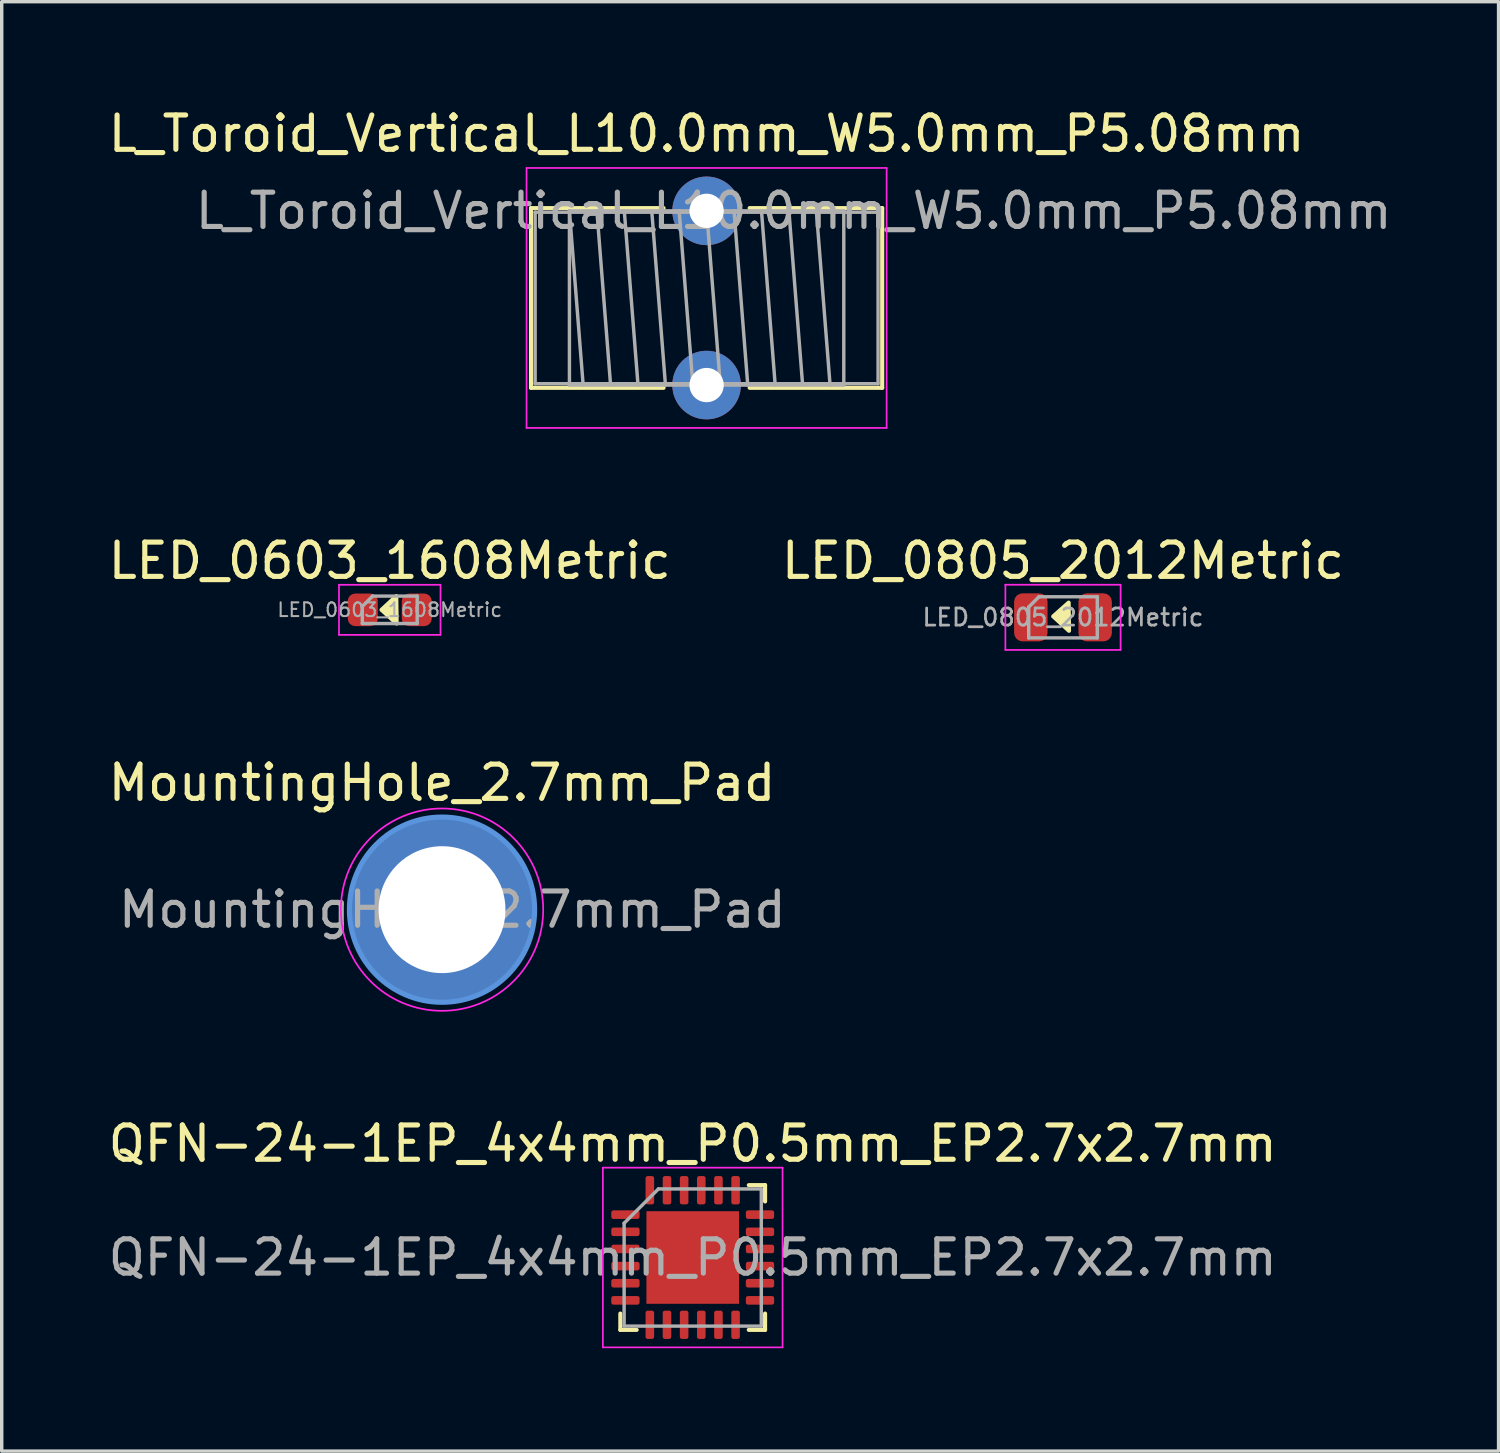
<source format=kicad_pcb>
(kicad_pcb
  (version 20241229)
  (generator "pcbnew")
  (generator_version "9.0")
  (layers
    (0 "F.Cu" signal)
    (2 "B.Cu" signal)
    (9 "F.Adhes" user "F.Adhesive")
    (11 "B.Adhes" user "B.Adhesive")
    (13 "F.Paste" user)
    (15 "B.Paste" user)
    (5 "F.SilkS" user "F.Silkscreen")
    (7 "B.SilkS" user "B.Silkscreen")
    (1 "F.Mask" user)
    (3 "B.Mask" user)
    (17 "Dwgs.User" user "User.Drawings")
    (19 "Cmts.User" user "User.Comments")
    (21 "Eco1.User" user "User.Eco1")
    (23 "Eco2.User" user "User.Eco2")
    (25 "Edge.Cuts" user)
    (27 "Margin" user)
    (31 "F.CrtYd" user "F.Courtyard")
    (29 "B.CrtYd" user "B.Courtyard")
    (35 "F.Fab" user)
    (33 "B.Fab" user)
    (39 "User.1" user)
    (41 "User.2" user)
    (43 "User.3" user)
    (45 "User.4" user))
  (footprint "LED_0805_2012Metric"
    (layer "F.Cu")
    (at 27.946 14.951)
    (property "Reference" "LED_0805_2012Metric" (at 0 -1.65 0) (layer "F.SilkS") (effects (font (size 1 1) (thickness 0.15))))
    (attr smd)
    (fp_poly (pts (xy 0.175 0.392) (xy -0.285 -0.028) (xy 0.165 -0.428)) (stroke (width 0.12) (type solid)) (fill yes) (layer "F.SilkS"))
    (fp_line (start -1.68 -0.95) (end 1.68 -0.95) (stroke (width 0.05) (type solid)) (layer "F.CrtYd"))
    (fp_line (start -1.68 0.95) (end -1.68 -0.95) (stroke (width 0.05) (type solid)) (layer "F.CrtYd"))
    (fp_line (start 1.68 -0.95) (end 1.68 0.95) (stroke (width 0.05) (type solid)) (layer "F.CrtYd"))
    (fp_line (start 1.68 0.95) (end -1.68 0.95) (stroke (width 0.05) (type solid)) (layer "F.CrtYd"))
    (fp_line (start -1 -0.3) (end -1 0.6) (stroke (width 0.1) (type solid)) (layer "F.Fab"))
    (fp_line (start -1 0.6) (end 1 0.6) (stroke (width 0.1) (type solid)) (layer "F.Fab"))
    (fp_line (start -0.7 -0.6) (end -1 -0.3) (stroke (width 0.1) (type solid)) (layer "F.Fab"))
    (fp_line (start 1 -0.6) (end -0.7 -0.6) (stroke (width 0.1) (type solid)) (layer "F.Fab"))
    (fp_line (start 1 0.6) (end 1 -0.6) (stroke (width 0.1) (type solid)) (layer "F.Fab"))
    (fp_text user "${REFERENCE}" (at 0 0 0) (layer "F.Fab") (effects (font (size 0.5 0.5) (thickness 0.08))))
    (pad "1" smd roundrect (at -0.938 0) (size 0.975 1.4) (layers "F.Cu" "F.Mask" "F.Paste") (roundrect_rratio 0.25))
    (pad "2" smd roundrect (at 0.938 0) (size 0.975 1.4) (layers "F.Cu" "F.Mask" "F.Paste") (roundrect_rratio 0.25)))
  (footprint "QFN-24-1EP_4x4mm_P0.5mm_EP2.7x2.7mm"
    (layer "F.Cu")
    (at 17.149 33.618)
    (property "Reference" "QFN-24-1EP_4x4mm_P0.5mm_EP2.7x2.7mm" (at 0 -3.32 0) (layer "F.SilkS") (effects (font (size 1 1) (thickness 0.15))))
    (attr smd)
    (fp_line (start -2.11 2.11) (end -2.11 1.635) (stroke (width 0.12) (type solid)) (layer "F.SilkS"))
    (fp_line (start -1.635 2.11) (end -2.11 2.11) (stroke (width 0.12) (type solid)) (layer "F.SilkS"))
    (fp_line (start 1.635 -2.11) (end 2.11 -2.11) (stroke (width 0.12) (type solid)) (layer "F.SilkS"))
    (fp_line (start 1.635 2.11) (end 2.11 2.11) (stroke (width 0.12) (type solid)) (layer "F.SilkS"))
    (fp_line (start 2.11 -2.11) (end 2.11 -1.635) (stroke (width 0.12) (type solid)) (layer "F.SilkS"))
    (fp_line (start 2.11 2.11) (end 2.11 1.635) (stroke (width 0.12) (type solid)) (layer "F.SilkS"))
    (fp_line (start -2.62 -2.62) (end -2.62 2.62) (stroke (width 0.05) (type solid)) (layer "F.CrtYd"))
    (fp_line (start -2.62 2.62) (end 2.62 2.62) (stroke (width 0.05) (type solid)) (layer "F.CrtYd"))
    (fp_line (start 2.62 -2.62) (end -2.62 -2.62) (stroke (width 0.05) (type solid)) (layer "F.CrtYd"))
    (fp_line (start 2.62 2.62) (end 2.62 -2.62) (stroke (width 0.05) (type solid)) (layer "F.CrtYd"))
    (fp_line (start -2 -1) (end -1 -2) (stroke (width 0.1) (type solid)) (layer "F.Fab"))
    (fp_line (start -2 2) (end -2 -1) (stroke (width 0.1) (type solid)) (layer "F.Fab"))
    (fp_line (start -1 -2) (end 2 -2) (stroke (width 0.1) (type solid)) (layer "F.Fab"))
    (fp_line (start 2 -2) (end 2 2) (stroke (width 0.1) (type solid)) (layer "F.Fab"))
    (fp_line (start 2 2) (end -2 2) (stroke (width 0.1) (type solid)) (layer "F.Fab"))
    (fp_text user "${REFERENCE}" (at 0 0 0) (layer "F.Fab") (effects (font (size 1 1) (thickness 0.15))))
    (pad "" smd roundrect (at -0.675 -0.675) (size 1.09 1.09) (layers "F.Paste") (roundrect_rratio 0.229))
    (pad "" smd roundrect (at -0.675 0.675) (size 1.09 1.09) (layers "F.Paste") (roundrect_rratio 0.229))
    (pad "" smd roundrect (at 0.675 -0.675) (size 1.09 1.09) (layers "F.Paste") (roundrect_rratio 0.229))
    (pad "" smd roundrect (at 0.675 0.675) (size 1.09 1.09) (layers "F.Paste") (roundrect_rratio 0.229))
    (pad "1" smd roundrect (at -1.962 -1.25) (size 0.825 0.25) (layers "F.Cu" "F.Mask" "F.Paste") (roundrect_rratio 0.25))
    (pad "2" smd roundrect (at -1.962 -0.75) (size 0.825 0.25) (layers "F.Cu" "F.Mask" "F.Paste") (roundrect_rratio 0.25))
    (pad "3" smd roundrect (at -1.962 -0.25) (size 0.825 0.25) (layers "F.Cu" "F.Mask" "F.Paste") (roundrect_rratio 0.25))
    (pad "4" smd roundrect (at -1.962 0.25) (size 0.825 0.25) (layers "F.Cu" "F.Mask" "F.Paste") (roundrect_rratio 0.25))
    (pad "5" smd roundrect (at -1.962 0.75) (size 0.825 0.25) (layers "F.Cu" "F.Mask" "F.Paste") (roundrect_rratio 0.25))
    (pad "6" smd roundrect (at -1.962 1.25) (size 0.825 0.25) (layers "F.Cu" "F.Mask" "F.Paste") (roundrect_rratio 0.25))
    (pad "7" smd roundrect (at -1.25 1.962) (size 0.25 0.825) (layers "F.Cu" "F.Mask" "F.Paste") (roundrect_rratio 0.25))
    (pad "8" smd roundrect (at -0.75 1.962) (size 0.25 0.825) (layers "F.Cu" "F.Mask" "F.Paste") (roundrect_rratio 0.25))
    (pad "9" smd roundrect (at -0.25 1.962) (size 0.25 0.825) (layers "F.Cu" "F.Mask" "F.Paste") (roundrect_rratio 0.25))
    (pad "10" smd roundrect (at 0.25 1.962) (size 0.25 0.825) (layers "F.Cu" "F.Mask" "F.Paste") (roundrect_rratio 0.25))
    (pad "11" smd roundrect (at 0.75 1.962) (size 0.25 0.825) (layers "F.Cu" "F.Mask" "F.Paste") (roundrect_rratio 0.25))
    (pad "12" smd roundrect (at 1.25 1.962) (size 0.25 0.825) (layers "F.Cu" "F.Mask" "F.Paste") (roundrect_rratio 0.25))
    (pad "13" smd roundrect (at 1.962 1.25) (size 0.825 0.25) (layers "F.Cu" "F.Mask" "F.Paste") (roundrect_rratio 0.25))
    (pad "14" smd roundrect (at 1.962 0.75) (size 0.825 0.25) (layers "F.Cu" "F.Mask" "F.Paste") (roundrect_rratio 0.25))
    (pad "15" smd roundrect (at 1.962 0.25) (size 0.825 0.25) (layers "F.Cu" "F.Mask" "F.Paste") (roundrect_rratio 0.25))
    (pad "16" smd roundrect (at 1.962 -0.25) (size 0.825 0.25) (layers "F.Cu" "F.Mask" "F.Paste") (roundrect_rratio 0.25))
    (pad "17" smd roundrect (at 1.962 -0.75) (size 0.825 0.25) (layers "F.Cu" "F.Mask" "F.Paste") (roundrect_rratio 0.25))
    (pad "18" smd roundrect (at 1.962 -1.25) (size 0.825 0.25) (layers "F.Cu" "F.Mask" "F.Paste") (roundrect_rratio 0.25))
    (pad "19" smd roundrect (at 1.25 -1.962) (size 0.25 0.825) (layers "F.Cu" "F.Mask" "F.Paste") (roundrect_rratio 0.25))
    (pad "20" smd roundrect (at 0.75 -1.962) (size 0.25 0.825) (layers "F.Cu" "F.Mask" "F.Paste") (roundrect_rratio 0.25))
    (pad "21" smd roundrect (at 0.25 -1.962) (size 0.25 0.825) (layers "F.Cu" "F.Mask" "F.Paste") (roundrect_rratio 0.25))
    (pad "22" smd roundrect (at -0.25 -1.962) (size 0.25 0.825) (layers "F.Cu" "F.Mask" "F.Paste") (roundrect_rratio 0.25))
    (pad "23" smd roundrect (at -0.75 -1.962) (size 0.25 0.825) (layers "F.Cu" "F.Mask" "F.Paste") (roundrect_rratio 0.25))
    (pad "24" smd roundrect (at -1.25 -1.962) (size 0.25 0.825) (layers "F.Cu" "F.Mask" "F.Paste") (roundrect_rratio 0.25))
    (pad "25" smd rect (at 0 0) (size 2.7 2.7) (layers "F.Cu" "F.Mask")))
  (footprint "LED_0603_1608Metric"
    (layer "F.Cu")
    (at 8.315 14.732)
    (property "Reference" "LED_0603_1608Metric" (at 0 -1.43 0) (layer "F.SilkS") (effects (font (size 1 1) (thickness 0.15))))
    (attr smd)
    (fp_poly (pts (xy 0.2 0.4) (xy -0.24 0) (xy 0.19 -0.4)) (stroke (width 0.12) (type solid)) (fill yes) (layer "F.SilkS"))
    (fp_line (start -1.48 -0.73) (end 1.48 -0.73) (stroke (width 0.05) (type solid)) (layer "F.CrtYd"))
    (fp_line (start -1.48 0.73) (end -1.48 -0.73) (stroke (width 0.05) (type solid)) (layer "F.CrtYd"))
    (fp_line (start 1.48 -0.73) (end 1.48 0.73) (stroke (width 0.05) (type solid)) (layer "F.CrtYd"))
    (fp_line (start 1.48 0.73) (end -1.48 0.73) (stroke (width 0.05) (type solid)) (layer "F.CrtYd"))
    (fp_line (start -0.8 -0.1) (end -0.8 0.4) (stroke (width 0.1) (type solid)) (layer "F.Fab"))
    (fp_line (start -0.8 0.4) (end 0.8 0.4) (stroke (width 0.1) (type solid)) (layer "F.Fab"))
    (fp_line (start -0.5 -0.4) (end -0.8 -0.1) (stroke (width 0.1) (type solid)) (layer "F.Fab"))
    (fp_line (start 0.8 -0.4) (end -0.5 -0.4) (stroke (width 0.1) (type solid)) (layer "F.Fab"))
    (fp_line (start 0.8 0.4) (end 0.8 -0.4) (stroke (width 0.1) (type solid)) (layer "F.Fab"))
    (fp_text user "${REFERENCE}" (at 0 0 0) (layer "F.Fab") (effects (font (size 0.4 0.4) (thickness 0.06))))
    (pad "1" smd roundrect (at -0.787 0) (size 0.875 0.95) (layers "F.Cu" "F.Mask" "F.Paste") (roundrect_rratio 0.25))
    (pad "2" smd roundrect (at 0.787 0) (size 0.875 0.95) (layers "F.Cu" "F.Mask" "F.Paste") (roundrect_rratio 0.25)))
  (footprint "L_Toroid_Vertical_L10.0mm_W5.0mm_P5.08mm"
    (layer "F.Cu")
    (at 17.554 3.098)
    (property "Reference" "L_Toroid_Vertical_L10.0mm_W5.0mm_P5.08mm" (at 0 -2.25 0) (layer "F.SilkS") (effects (font (size 1 1) (thickness 0.15))))
    (attr through_hole)
    (fp_line (start -5.12 -0.08) (end -5.12 5.16) (stroke (width 0.12) (type solid)) (layer "F.SilkS"))
    (fp_line (start -5.12 -0.08) (end -1.255 -0.08) (stroke (width 0.12) (type solid)) (layer "F.SilkS"))
    (fp_line (start -5.12 5.16) (end -1.255 5.16) (stroke (width 0.12) (type solid)) (layer "F.SilkS"))
    (fp_line (start 1.255 -0.08) (end 5.12 -0.08) (stroke (width 0.12) (type solid)) (layer "F.SilkS"))
    (fp_line (start 1.255 5.16) (end 5.12 5.16) (stroke (width 0.12) (type solid)) (layer "F.SilkS"))
    (fp_line (start 5.12 -0.08) (end 5.12 5.16) (stroke (width 0.12) (type solid)) (layer "F.SilkS"))
    (fp_line (start -5.25 -1.25) (end -5.25 6.33) (stroke (width 0.05) (type solid)) (layer "F.CrtYd"))
    (fp_line (start -5.25 6.33) (end 5.25 6.33) (stroke (width 0.05) (type solid)) (layer "F.CrtYd"))
    (fp_line (start 5.25 -1.25) (end -5.25 -1.25) (stroke (width 0.05) (type solid)) (layer "F.CrtYd"))
    (fp_line (start 5.25 6.33) (end 5.25 -1.25) (stroke (width 0.05) (type solid)) (layer "F.CrtYd"))
    (fp_line (start -5 0.04) (end -5 5.04) (stroke (width 0.1) (type solid)) (layer "F.Fab"))
    (fp_line (start -5 5.04) (end 5 5.04) (stroke (width 0.1) (type solid)) (layer "F.Fab"))
    (fp_line (start -4 0) (end -4 5.08) (stroke (width 0.1) (type solid)) (layer "F.Fab"))
    (fp_line (start -4 0) (end -3.6 5.08) (stroke (width 0.1) (type solid)) (layer "F.Fab"))
    (fp_line (start -4 5.08) (end 4 5.08) (stroke (width 0.1) (type solid)) (layer "F.Fab"))
    (fp_line (start -3.2 0) (end -2.8 5.08) (stroke (width 0.1) (type solid)) (layer "F.Fab"))
    (fp_line (start -2.4 0) (end -2 5.08) (stroke (width 0.1) (type solid)) (layer "F.Fab"))
    (fp_line (start -1.6 0) (end -1.2 5.08) (stroke (width 0.1) (type solid)) (layer "F.Fab"))
    (fp_line (start -0.8 0) (end -0.4 5.08) (stroke (width 0.1) (type solid)) (layer "F.Fab"))
    (fp_line (start 0 0) (end 0.4 5.08) (stroke (width 0.1) (type solid)) (layer "F.Fab"))
    (fp_line (start 0.8 0) (end 1.2 5.08) (stroke (width 0.1) (type solid)) (layer "F.Fab"))
    (fp_line (start 1.6 0) (end 2 5.08) (stroke (width 0.1) (type solid)) (layer "F.Fab"))
    (fp_line (start 2.4 0) (end 2.8 5.08) (stroke (width 0.1) (type solid)) (layer "F.Fab"))
    (fp_line (start 3.2 0) (end 3.6 5.08) (stroke (width 0.1) (type solid)) (layer "F.Fab"))
    (fp_line (start 4 0) (end -4 0) (stroke (width 0.1) (type solid)) (layer "F.Fab"))
    (fp_line (start 4 5.08) (end 4 0) (stroke (width 0.1) (type solid)) (layer "F.Fab"))
    (fp_line (start 5 0.04) (end -5 0.04) (stroke (width 0.1) (type solid)) (layer "F.Fab"))
    (fp_line (start 5 5.04) (end 5 0.04) (stroke (width 0.1) (type solid)) (layer "F.Fab"))
    (fp_text user "${REFERENCE}" (at 2.54 0 0) (layer "F.Fab") (effects (font (size 1 1) (thickness 0.15))))
    (pad "1" thru_hole circle (at 0 0) (size 2 2) (drill 1) (layers "*.Cu" "*.Mask"))
    (pad "2" thru_hole circle (at 0 5.08) (size 2 2) (drill 1) (layers "*.Cu" "*.Mask")))
  (footprint "MountingHole_2.7mm_Pad"
    (layer "F.Cu")
    (at 9.839 23.475)
    (property "Reference" "MountingHole_2.7mm_Pad" (at 0 -3.7 0) (layer "F.SilkS") (effects (font (size 1 1) (thickness 0.15))))
    (attr exclude_from_pos_files exclude_from_bom)
    (fp_circle (center 0 0) (end 2.7 0) (stroke (width 0.15) (type solid)) (fill no) (layer "Cmts.User"))
    (fp_circle (center 0 0) (end 2.95 0) (stroke (width 0.05) (type solid)) (fill no) (layer "F.CrtYd"))
    (fp_text user "${REFERENCE}" (at 0.3 0 0) (layer "F.Fab") (effects (font (size 1 1) (thickness 0.15))))
    (pad "1" thru_hole circle (at 0 0) (size 5.5 5.5) (drill 3.7) (layers "*.Cu" "*.Mask")))
  (gr_rect
    (start -3 -3)
    (end 40.647 39.263)
    (stroke (width 0.1) (type default))
    (fill no)
    (layer "Edge.Cuts")))
</source>
